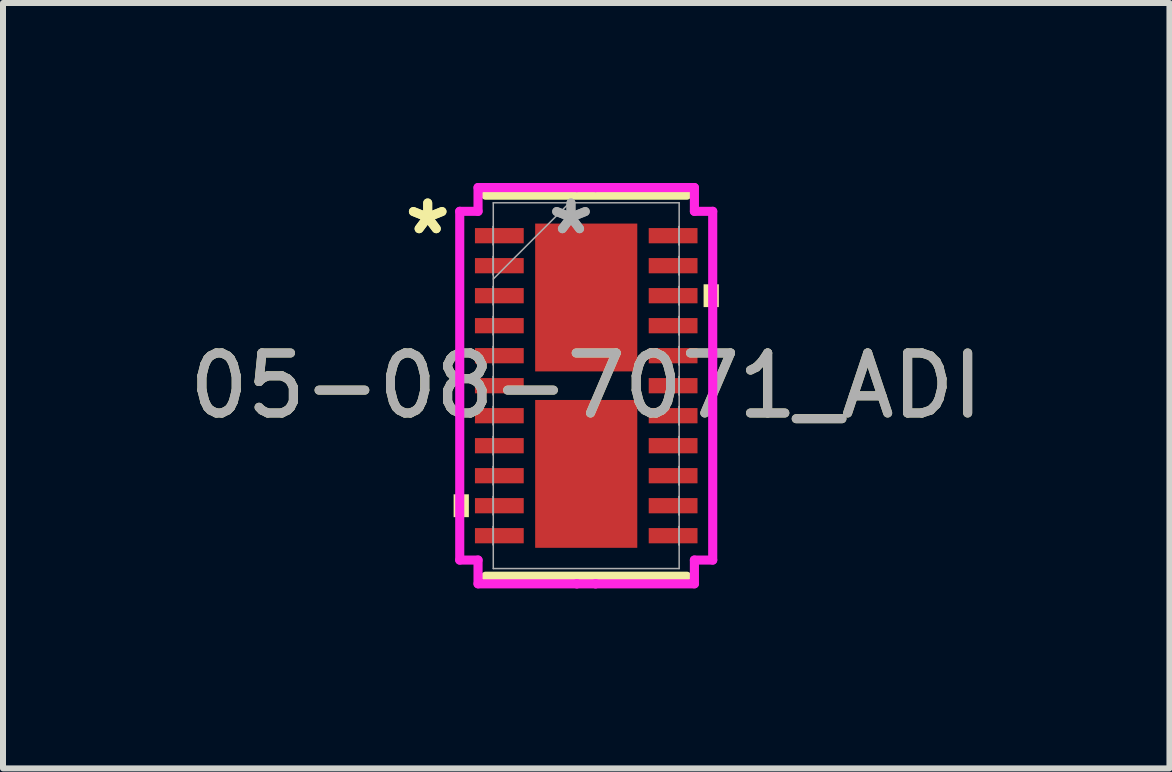
<source format=kicad_pcb>
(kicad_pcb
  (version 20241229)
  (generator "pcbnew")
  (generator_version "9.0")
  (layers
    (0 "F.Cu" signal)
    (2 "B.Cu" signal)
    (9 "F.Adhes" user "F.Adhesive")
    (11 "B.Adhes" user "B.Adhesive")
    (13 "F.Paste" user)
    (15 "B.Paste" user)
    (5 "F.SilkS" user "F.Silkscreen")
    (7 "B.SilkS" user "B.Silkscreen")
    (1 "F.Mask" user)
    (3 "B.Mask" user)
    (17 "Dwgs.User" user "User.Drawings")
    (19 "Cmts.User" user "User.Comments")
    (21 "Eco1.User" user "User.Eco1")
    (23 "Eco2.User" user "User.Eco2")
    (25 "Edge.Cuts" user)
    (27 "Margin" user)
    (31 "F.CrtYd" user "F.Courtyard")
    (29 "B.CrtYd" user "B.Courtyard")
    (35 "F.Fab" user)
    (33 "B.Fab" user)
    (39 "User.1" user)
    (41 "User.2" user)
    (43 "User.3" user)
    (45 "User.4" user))
  (footprint "05-08-7071_ADI"
    (layer "F.Cu")
    (at 6.72 3.378)
    (property "Reference" "05-08-7071_ADI" (at 0 0 0) (unlocked yes) (layer "F.SilkS") (effects (font (size 1 1) (thickness 0.15))))
    (attr smd)
    (fp_line (start -1.676 3.175) (end 1.676 3.175) (stroke (width 0.152) (type solid)) (layer "F.SilkS"))
    (fp_line (start 1.676 -3.175) (end -1.676 -3.175) (stroke (width 0.152) (type solid)) (layer "F.SilkS"))
    (fp_poly (pts (xy -2.21 1.81) (xy -2.21 2.191) (xy -1.956 2.191) (xy -1.956 1.81)) (stroke (width 0) (type solid)) (fill yes) (layer "F.SilkS"))
    (fp_poly (pts (xy 2.21 -1.69) (xy 2.21 -1.31) (xy 1.956 -1.31) (xy 1.956 -1.69)) (stroke (width 0) (type solid)) (fill yes) (layer "F.SilkS"))
    (fp_line (start -2.108 -2.906) (end -1.803 -2.906) (stroke (width 0.152) (type solid)) (layer "F.CrtYd"))
    (fp_line (start -2.108 2.906) (end -2.108 -2.906) (stroke (width 0.152) (type solid)) (layer "F.CrtYd"))
    (fp_line (start -1.803 -3.302) (end -0.156 -3.302) (stroke (width 0.152) (type solid)) (layer "F.CrtYd"))
    (fp_line (start -1.803 -2.906) (end -1.803 -3.302) (stroke (width 0.152) (type solid)) (layer "F.CrtYd"))
    (fp_line (start -1.803 2.906) (end -2.108 2.906) (stroke (width 0.152) (type solid)) (layer "F.CrtYd"))
    (fp_line (start -1.803 3.302) (end -1.803 2.906) (stroke (width 0.152) (type solid)) (layer "F.CrtYd"))
    (fp_line (start -0.156 -3.302) (end -0.156 -3.302) (stroke (width 0.152) (type solid)) (layer "F.CrtYd"))
    (fp_line (start -0.156 -3.302) (end 0.156 -3.302) (stroke (width 0.152) (type solid)) (layer "F.CrtYd"))
    (fp_line (start -0.156 3.302) (end -1.803 3.302) (stroke (width 0.152) (type solid)) (layer "F.CrtYd"))
    (fp_line (start -0.156 3.302) (end -0.156 3.302) (stroke (width 0.152) (type solid)) (layer "F.CrtYd"))
    (fp_line (start 0.156 -3.302) (end 0.156 -3.302) (stroke (width 0.152) (type solid)) (layer "F.CrtYd"))
    (fp_line (start 0.156 -3.302) (end 1.803 -3.302) (stroke (width 0.152) (type solid)) (layer "F.CrtYd"))
    (fp_line (start 0.156 3.302) (end -0.156 3.302) (stroke (width 0.152) (type solid)) (layer "F.CrtYd"))
    (fp_line (start 0.156 3.302) (end 0.156 3.302) (stroke (width 0.152) (type solid)) (layer "F.CrtYd"))
    (fp_line (start 1.803 -3.302) (end 1.803 -2.906) (stroke (width 0.152) (type solid)) (layer "F.CrtYd"))
    (fp_line (start 1.803 -2.906) (end 2.108 -2.906) (stroke (width 0.152) (type solid)) (layer "F.CrtYd"))
    (fp_line (start 1.803 2.906) (end 1.803 3.302) (stroke (width 0.152) (type solid)) (layer "F.CrtYd"))
    (fp_line (start 1.803 3.302) (end 0.156 3.302) (stroke (width 0.152) (type solid)) (layer "F.CrtYd"))
    (fp_line (start 2.108 -2.906) (end 2.108 2.906) (stroke (width 0.152) (type solid)) (layer "F.CrtYd"))
    (fp_line (start 2.108 2.906) (end 1.803 2.906) (stroke (width 0.152) (type solid)) (layer "F.CrtYd"))
    (fp_line (start -1.549 -3.048) (end -1.549 3.048) (stroke (width 0.025) (type solid)) (layer "F.Fab"))
    (fp_line (start -1.549 -2.652) (end -1.549 -2.652) (stroke (width 0.025) (type solid)) (layer "F.Fab"))
    (fp_line (start -1.549 -2.652) (end -1.549 -2.348) (stroke (width 0.025) (type solid)) (layer "F.Fab"))
    (fp_line (start -1.549 -2.348) (end -1.549 -2.652) (stroke (width 0.025) (type solid)) (layer "F.Fab"))
    (fp_line (start -1.549 -2.348) (end -1.549 -2.348) (stroke (width 0.025) (type solid)) (layer "F.Fab"))
    (fp_line (start -1.549 -2.152) (end -1.549 -2.152) (stroke (width 0.025) (type solid)) (layer "F.Fab"))
    (fp_line (start -1.549 -2.152) (end -1.549 -1.848) (stroke (width 0.025) (type solid)) (layer "F.Fab"))
    (fp_line (start -1.549 -1.848) (end -1.549 -2.152) (stroke (width 0.025) (type solid)) (layer "F.Fab"))
    (fp_line (start -1.549 -1.848) (end -1.549 -1.848) (stroke (width 0.025) (type solid)) (layer "F.Fab"))
    (fp_line (start -1.549 -1.778) (end -0.279 -3.048) (stroke (width 0.025) (type solid)) (layer "F.Fab"))
    (fp_line (start -1.549 -1.652) (end -1.549 -1.652) (stroke (width 0.025) (type solid)) (layer "F.Fab"))
    (fp_line (start -1.549 -1.652) (end -1.549 -1.348) (stroke (width 0.025) (type solid)) (layer "F.Fab"))
    (fp_line (start -1.549 -1.348) (end -1.549 -1.652) (stroke (width 0.025) (type solid)) (layer "F.Fab"))
    (fp_line (start -1.549 -1.348) (end -1.549 -1.348) (stroke (width 0.025) (type solid)) (layer "F.Fab"))
    (fp_line (start -1.549 -1.152) (end -1.549 -1.152) (stroke (width 0.025) (type solid)) (layer "F.Fab"))
    (fp_line (start -1.549 -1.152) (end -1.549 -0.848) (stroke (width 0.025) (type solid)) (layer "F.Fab"))
    (fp_line (start -1.549 -0.848) (end -1.549 -1.152) (stroke (width 0.025) (type solid)) (layer "F.Fab"))
    (fp_line (start -1.549 -0.848) (end -1.549 -0.848) (stroke (width 0.025) (type solid)) (layer "F.Fab"))
    (fp_line (start -1.549 -0.652) (end -1.549 -0.652) (stroke (width 0.025) (type solid)) (layer "F.Fab"))
    (fp_line (start -1.549 -0.652) (end -1.549 -0.348) (stroke (width 0.025) (type solid)) (layer "F.Fab"))
    (fp_line (start -1.549 -0.348) (end -1.549 -0.652) (stroke (width 0.025) (type solid)) (layer "F.Fab"))
    (fp_line (start -1.549 -0.348) (end -1.549 -0.348) (stroke (width 0.025) (type solid)) (layer "F.Fab"))
    (fp_line (start -1.549 -0.152) (end -1.549 -0.152) (stroke (width 0.025) (type solid)) (layer "F.Fab"))
    (fp_line (start -1.549 -0.152) (end -1.549 0.152) (stroke (width 0.025) (type solid)) (layer "F.Fab"))
    (fp_line (start -1.549 0.152) (end -1.549 -0.152) (stroke (width 0.025) (type solid)) (layer "F.Fab"))
    (fp_line (start -1.549 0.152) (end -1.549 0.152) (stroke (width 0.025) (type solid)) (layer "F.Fab"))
    (fp_line (start -1.549 0.348) (end -1.549 0.348) (stroke (width 0.025) (type solid)) (layer "F.Fab"))
    (fp_line (start -1.549 0.348) (end -1.549 0.652) (stroke (width 0.025) (type solid)) (layer "F.Fab"))
    (fp_line (start -1.549 0.652) (end -1.549 0.348) (stroke (width 0.025) (type solid)) (layer "F.Fab"))
    (fp_line (start -1.549 0.652) (end -1.549 0.652) (stroke (width 0.025) (type solid)) (layer "F.Fab"))
    (fp_line (start -1.549 0.848) (end -1.549 0.848) (stroke (width 0.025) (type solid)) (layer "F.Fab"))
    (fp_line (start -1.549 0.848) (end -1.549 1.152) (stroke (width 0.025) (type solid)) (layer "F.Fab"))
    (fp_line (start -1.549 1.152) (end -1.549 0.848) (stroke (width 0.025) (type solid)) (layer "F.Fab"))
    (fp_line (start -1.549 1.152) (end -1.549 1.152) (stroke (width 0.025) (type solid)) (layer "F.Fab"))
    (fp_line (start -1.549 1.348) (end -1.549 1.348) (stroke (width 0.025) (type solid)) (layer "F.Fab"))
    (fp_line (start -1.549 1.348) (end -1.549 1.652) (stroke (width 0.025) (type solid)) (layer "F.Fab"))
    (fp_line (start -1.549 1.652) (end -1.549 1.348) (stroke (width 0.025) (type solid)) (layer "F.Fab"))
    (fp_line (start -1.549 1.652) (end -1.549 1.652) (stroke (width 0.025) (type solid)) (layer "F.Fab"))
    (fp_line (start -1.549 1.848) (end -1.549 1.848) (stroke (width 0.025) (type solid)) (layer "F.Fab"))
    (fp_line (start -1.549 1.848) (end -1.549 2.152) (stroke (width 0.025) (type solid)) (layer "F.Fab"))
    (fp_line (start -1.549 2.152) (end -1.549 1.848) (stroke (width 0.025) (type solid)) (layer "F.Fab"))
    (fp_line (start -1.549 2.152) (end -1.549 2.152) (stroke (width 0.025) (type solid)) (layer "F.Fab"))
    (fp_line (start -1.549 2.348) (end -1.549 2.348) (stroke (width 0.025) (type solid)) (layer "F.Fab"))
    (fp_line (start -1.549 2.348) (end -1.549 2.652) (stroke (width 0.025) (type solid)) (layer "F.Fab"))
    (fp_line (start -1.549 2.652) (end -1.549 2.348) (stroke (width 0.025) (type solid)) (layer "F.Fab"))
    (fp_line (start -1.549 2.652) (end -1.549 2.652) (stroke (width 0.025) (type solid)) (layer "F.Fab"))
    (fp_line (start -1.549 3.048) (end 1.549 3.048) (stroke (width 0.025) (type solid)) (layer "F.Fab"))
    (fp_line (start 1.549 -3.048) (end -1.549 -3.048) (stroke (width 0.025) (type solid)) (layer "F.Fab"))
    (fp_line (start 1.549 -2.652) (end 1.549 -2.652) (stroke (width 0.025) (type solid)) (layer "F.Fab"))
    (fp_line (start 1.549 -2.652) (end 1.549 -2.348) (stroke (width 0.025) (type solid)) (layer "F.Fab"))
    (fp_line (start 1.549 -2.348) (end 1.549 -2.652) (stroke (width 0.025) (type solid)) (layer "F.Fab"))
    (fp_line (start 1.549 -2.348) (end 1.549 -2.348) (stroke (width 0.025) (type solid)) (layer "F.Fab"))
    (fp_line (start 1.549 -2.152) (end 1.549 -2.152) (stroke (width 0.025) (type solid)) (layer "F.Fab"))
    (fp_line (start 1.549 -2.152) (end 1.549 -1.848) (stroke (width 0.025) (type solid)) (layer "F.Fab"))
    (fp_line (start 1.549 -1.848) (end 1.549 -2.152) (stroke (width 0.025) (type solid)) (layer "F.Fab"))
    (fp_line (start 1.549 -1.848) (end 1.549 -1.848) (stroke (width 0.025) (type solid)) (layer "F.Fab"))
    (fp_line (start 1.549 -1.652) (end 1.549 -1.652) (stroke (width 0.025) (type solid)) (layer "F.Fab"))
    (fp_line (start 1.549 -1.652) (end 1.549 -1.348) (stroke (width 0.025) (type solid)) (layer "F.Fab"))
    (fp_line (start 1.549 -1.348) (end 1.549 -1.652) (stroke (width 0.025) (type solid)) (layer "F.Fab"))
    (fp_line (start 1.549 -1.348) (end 1.549 -1.348) (stroke (width 0.025) (type solid)) (layer "F.Fab"))
    (fp_line (start 1.549 -1.152) (end 1.549 -1.152) (stroke (width 0.025) (type solid)) (layer "F.Fab"))
    (fp_line (start 1.549 -1.152) (end 1.549 -0.848) (stroke (width 0.025) (type solid)) (layer "F.Fab"))
    (fp_line (start 1.549 -0.848) (end 1.549 -1.152) (stroke (width 0.025) (type solid)) (layer "F.Fab"))
    (fp_line (start 1.549 -0.848) (end 1.549 -0.848) (stroke (width 0.025) (type solid)) (layer "F.Fab"))
    (fp_line (start 1.549 -0.652) (end 1.549 -0.652) (stroke (width 0.025) (type solid)) (layer "F.Fab"))
    (fp_line (start 1.549 -0.652) (end 1.549 -0.348) (stroke (width 0.025) (type solid)) (layer "F.Fab"))
    (fp_line (start 1.549 -0.348) (end 1.549 -0.652) (stroke (width 0.025) (type solid)) (layer "F.Fab"))
    (fp_line (start 1.549 -0.348) (end 1.549 -0.348) (stroke (width 0.025) (type solid)) (layer "F.Fab"))
    (fp_line (start 1.549 -0.152) (end 1.549 -0.152) (stroke (width 0.025) (type solid)) (layer "F.Fab"))
    (fp_line (start 1.549 -0.152) (end 1.549 0.152) (stroke (width 0.025) (type solid)) (layer "F.Fab"))
    (fp_line (start 1.549 0.152) (end 1.549 -0.152) (stroke (width 0.025) (type solid)) (layer "F.Fab"))
    (fp_line (start 1.549 0.152) (end 1.549 0.152) (stroke (width 0.025) (type solid)) (layer "F.Fab"))
    (fp_line (start 1.549 0.348) (end 1.549 0.348) (stroke (width 0.025) (type solid)) (layer "F.Fab"))
    (fp_line (start 1.549 0.348) (end 1.549 0.652) (stroke (width 0.025) (type solid)) (layer "F.Fab"))
    (fp_line (start 1.549 0.652) (end 1.549 0.348) (stroke (width 0.025) (type solid)) (layer "F.Fab"))
    (fp_line (start 1.549 0.652) (end 1.549 0.652) (stroke (width 0.025) (type solid)) (layer "F.Fab"))
    (fp_line (start 1.549 0.848) (end 1.549 0.848) (stroke (width 0.025) (type solid)) (layer "F.Fab"))
    (fp_line (start 1.549 0.848) (end 1.549 1.152) (stroke (width 0.025) (type solid)) (layer "F.Fab"))
    (fp_line (start 1.549 1.152) (end 1.549 0.848) (stroke (width 0.025) (type solid)) (layer "F.Fab"))
    (fp_line (start 1.549 1.152) (end 1.549 1.152) (stroke (width 0.025) (type solid)) (layer "F.Fab"))
    (fp_line (start 1.549 1.348) (end 1.549 1.348) (stroke (width 0.025) (type solid)) (layer "F.Fab"))
    (fp_line (start 1.549 1.348) (end 1.549 1.652) (stroke (width 0.025) (type solid)) (layer "F.Fab"))
    (fp_line (start 1.549 1.652) (end 1.549 1.348) (stroke (width 0.025) (type solid)) (layer "F.Fab"))
    (fp_line (start 1.549 1.652) (end 1.549 1.652) (stroke (width 0.025) (type solid)) (layer "F.Fab"))
    (fp_line (start 1.549 1.848) (end 1.549 1.848) (stroke (width 0.025) (type solid)) (layer "F.Fab"))
    (fp_line (start 1.549 1.848) (end 1.549 2.152) (stroke (width 0.025) (type solid)) (layer "F.Fab"))
    (fp_line (start 1.549 2.152) (end 1.549 1.848) (stroke (width 0.025) (type solid)) (layer "F.Fab"))
    (fp_line (start 1.549 2.152) (end 1.549 2.152) (stroke (width 0.025) (type solid)) (layer "F.Fab"))
    (fp_line (start 1.549 2.348) (end 1.549 2.348) (stroke (width 0.025) (type solid)) (layer "F.Fab"))
    (fp_line (start 1.549 2.348) (end 1.549 2.652) (stroke (width 0.025) (type solid)) (layer "F.Fab"))
    (fp_line (start 1.549 2.652) (end 1.549 2.348) (stroke (width 0.025) (type solid)) (layer "F.Fab"))
    (fp_line (start 1.549 2.652) (end 1.549 2.652) (stroke (width 0.025) (type solid)) (layer "F.Fab"))
    (fp_line (start 1.549 3.048) (end 1.549 -3.048) (stroke (width 0.025) (type solid)) (layer "F.Fab"))
    (fp_text user "*" (at -2.642 -2.5 0) (unlocked yes) (layer "F.SilkS") (effects (font (size 1 1) (thickness 0.15))))
    (fp_text user "*" (at -2.642 -2.5 0) (layer "F.SilkS") (effects (font (size 1 1) (thickness 0.15))))
    (fp_text user "${REFERENCE}" (at 0 0 0) (unlocked yes) (layer "F.Fab") (effects (font (size 1 1) (thickness 0.15))))
    (fp_text user "*" (at -0.254 -2.5 0) (unlocked yes) (layer "F.Fab") (effects (font (size 1 1) (thickness 0.15))))
    (fp_text user "*" (at -0.254 -2.5 0) (layer "F.Fab") (effects (font (size 1 1) (thickness 0.15))))
    (pad "1" smd rect (at -1.448 -2.5 90) (size 0.254 0.813) (layers "F.Cu" "F.Mask" "F.Paste"))
    (pad "2" smd rect (at -1.448 -2 90) (size 0.254 0.813) (layers "F.Cu" "F.Mask" "F.Paste"))
    (pad "3" smd rect (at -1.448 -1.5 90) (size 0.254 0.813) (layers "F.Cu" "F.Mask" "F.Paste"))
    (pad "4" smd rect (at -1.448 -1 90) (size 0.254 0.813) (layers "F.Cu" "F.Mask" "F.Paste"))
    (pad "5" smd rect (at -1.448 -0.5 90) (size 0.254 0.813) (layers "F.Cu" "F.Mask" "F.Paste"))
    (pad "6" smd rect (at -1.448 0 90) (size 0.254 0.813) (layers "F.Cu" "F.Mask" "F.Paste"))
    (pad "7" smd rect (at -1.448 0.5 90) (size 0.254 0.813) (layers "F.Cu" "F.Mask" "F.Paste"))
    (pad "8" smd rect (at -1.448 1 90) (size 0.254 0.813) (layers "F.Cu" "F.Mask" "F.Paste"))
    (pad "9" smd rect (at -1.448 1.5 90) (size 0.254 0.813) (layers "F.Cu" "F.Mask" "F.Paste"))
    (pad "10" smd rect (at -1.448 2 90) (size 0.254 0.813) (layers "F.Cu" "F.Mask" "F.Paste"))
    (pad "11" smd rect (at -1.448 2.5 90) (size 0.254 0.813) (layers "F.Cu" "F.Mask" "F.Paste"))
    (pad "12" smd rect (at 1.448 2.5 90) (size 0.254 0.813) (layers "F.Cu" "F.Mask" "F.Paste"))
    (pad "13" smd rect (at 1.448 2 90) (size 0.254 0.813) (layers "F.Cu" "F.Mask" "F.Paste"))
    (pad "14" smd rect (at 1.448 1.5 90) (size 0.254 0.813) (layers "F.Cu" "F.Mask" "F.Paste"))
    (pad "15" smd rect (at 1.448 1 90) (size 0.254 0.813) (layers "F.Cu" "F.Mask" "F.Paste"))
    (pad "16" smd rect (at 1.448 0.5 90) (size 0.254 0.813) (layers "F.Cu" "F.Mask" "F.Paste"))
    (pad "17" smd rect (at 1.448 0 90) (size 0.254 0.813) (layers "F.Cu" "F.Mask" "F.Paste"))
    (pad "18" smd rect (at 1.448 -0.5 90) (size 0.254 0.813) (layers "F.Cu" "F.Mask" "F.Paste"))
    (pad "19" smd rect (at 1.448 -1 90) (size 0.254 0.813) (layers "F.Cu" "F.Mask" "F.Paste"))
    (pad "20" smd rect (at 1.448 -1.5 90) (size 0.254 0.813) (layers "F.Cu" "F.Mask" "F.Paste"))
    (pad "21" smd rect (at 1.448 -2 90) (size 0.254 0.813) (layers "F.Cu" "F.Mask" "F.Paste"))
    (pad "22" smd rect (at 1.448 -2.5 90) (size 0.254 0.813) (layers "F.Cu" "F.Mask" "F.Paste"))
    (pad "23" smd rect (at 0 -1.47) (size 1.702 2.464) (layers "F.Cu" "F.Mask" "F.Paste"))
    (pad "24" smd rect (at 0 1.47) (size 1.702 2.464) (layers "F.Cu" "F.Mask" "F.Paste")))
  (gr_rect
    (start -3 -3)
    (end 16.44 9.756)
    (stroke (width 0.1) (type default))
    (fill no)
    (layer "Edge.Cuts")))
</source>
